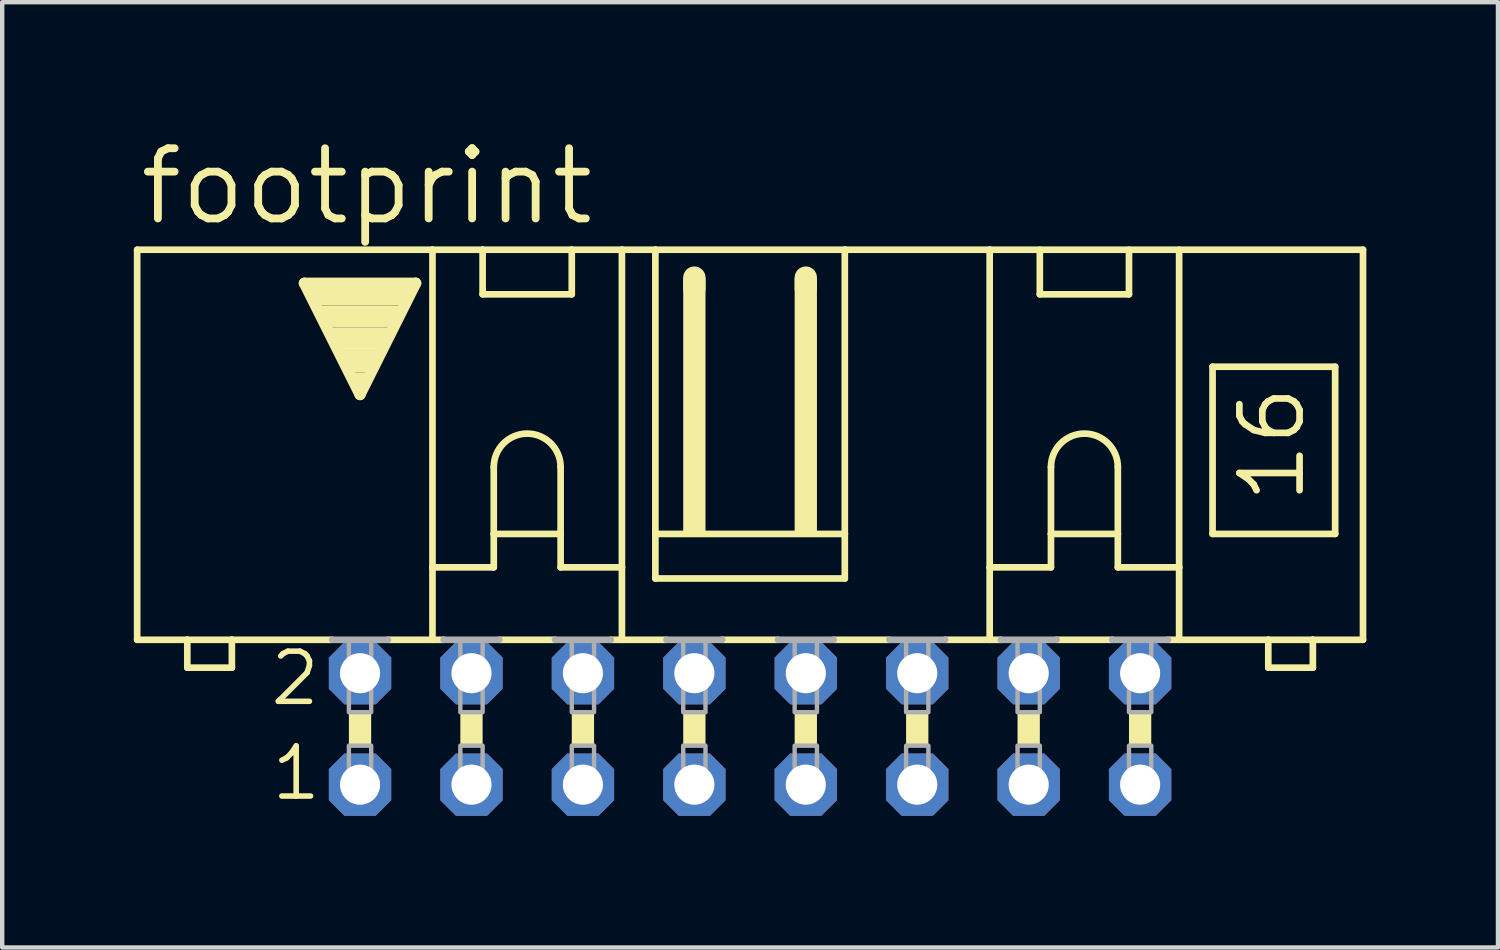
<source format=kicad_pcb>
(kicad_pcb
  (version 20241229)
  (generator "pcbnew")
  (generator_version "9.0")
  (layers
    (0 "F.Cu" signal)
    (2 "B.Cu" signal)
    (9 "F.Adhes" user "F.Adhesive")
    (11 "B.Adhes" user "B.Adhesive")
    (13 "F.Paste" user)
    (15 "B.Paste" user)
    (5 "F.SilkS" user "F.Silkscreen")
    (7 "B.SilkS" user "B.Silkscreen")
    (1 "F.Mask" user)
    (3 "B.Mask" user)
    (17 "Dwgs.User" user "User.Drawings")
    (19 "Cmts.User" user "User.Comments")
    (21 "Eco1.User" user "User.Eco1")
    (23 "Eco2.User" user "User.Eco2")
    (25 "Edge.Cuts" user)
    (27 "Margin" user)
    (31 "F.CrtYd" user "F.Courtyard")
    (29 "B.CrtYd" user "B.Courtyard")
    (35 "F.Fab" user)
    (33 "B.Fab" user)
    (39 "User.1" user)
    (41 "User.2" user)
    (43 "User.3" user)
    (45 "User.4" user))
  (footprint "footprint"
    (layer "F.Cu")
    (at 14.046 13.564)
    (property "Reference" "footprint" (at -13.995 -11.43 0) (layer "F.SilkS") (effects (font (size 1.6 1.6) (thickness 0.178)) (justify left bottom)))
    (fp_line (start -13.97 -2.032) (end -13.97 -10.922) (stroke (width 0.152) (type solid)) (layer "F.SilkS"))
    (fp_line (start -13.97 -2.032) (end -12.827 -2.032) (stroke (width 0.152) (type solid)) (layer "F.SilkS"))
    (fp_line (start -12.827 -2.032) (end -12.827 -1.397) (stroke (width 0.152) (type solid)) (layer "F.SilkS"))
    (fp_line (start -12.827 -2.032) (end -11.811 -2.032) (stroke (width 0.152) (type solid)) (layer "F.SilkS"))
    (fp_line (start -11.811 -2.032) (end -9.525 -2.032) (stroke (width 0.152) (type solid)) (layer "F.SilkS"))
    (fp_line (start -11.811 -1.397) (end -12.827 -1.397) (stroke (width 0.152) (type solid)) (layer "F.SilkS"))
    (fp_line (start -11.811 -1.397) (end -11.811 -2.032) (stroke (width 0.152) (type solid)) (layer "F.SilkS"))
    (fp_line (start -10.16 -10.16) (end -7.62 -10.16) (stroke (width 0.254) (type solid)) (layer "F.SilkS"))
    (fp_line (start -8.89 -7.62) (end -10.16 -10.16) (stroke (width 0.254) (type solid)) (layer "F.SilkS"))
    (fp_line (start -8.255 -2.032) (end -7.239 -2.032) (stroke (width 0.152) (type solid)) (layer "F.SilkS"))
    (fp_line (start -7.62 -10.16) (end -8.89 -7.62) (stroke (width 0.254) (type solid)) (layer "F.SilkS"))
    (fp_line (start -7.239 -10.922) (end -13.97 -10.922) (stroke (width 0.152) (type solid)) (layer "F.SilkS"))
    (fp_line (start -7.239 -10.922) (end -6.096 -10.922) (stroke (width 0.152) (type solid)) (layer "F.SilkS"))
    (fp_line (start -7.239 -3.683) (end -7.239 -10.922) (stroke (width 0.152) (type solid)) (layer "F.SilkS"))
    (fp_line (start -7.239 -3.683) (end -5.842 -3.683) (stroke (width 0.152) (type solid)) (layer "F.SilkS"))
    (fp_line (start -7.239 -2.032) (end -7.239 -3.683) (stroke (width 0.152) (type solid)) (layer "F.SilkS"))
    (fp_line (start -7.239 -2.032) (end -6.985 -2.032) (stroke (width 0.152) (type solid)) (layer "F.SilkS"))
    (fp_line (start -6.096 -10.922) (end -4.064 -10.922) (stroke (width 0.152) (type solid)) (layer "F.SilkS"))
    (fp_line (start -6.096 -9.906) (end -6.096 -10.922) (stroke (width 0.152) (type solid)) (layer "F.SilkS"))
    (fp_line (start -6.096 -9.906) (end -4.064 -9.906) (stroke (width 0.152) (type solid)) (layer "F.SilkS"))
    (fp_line (start -5.842 -5.969) (end -5.842 -4.445) (stroke (width 0.152) (type solid)) (layer "F.SilkS"))
    (fp_line (start -5.842 -4.445) (end -5.842 -3.683) (stroke (width 0.152) (type solid)) (layer "F.SilkS"))
    (fp_line (start -5.842 -4.445) (end -4.318 -4.445) (stroke (width 0.152) (type solid)) (layer "F.SilkS"))
    (fp_line (start -5.715 -2.032) (end -4.445 -2.032) (stroke (width 0.152) (type solid)) (layer "F.SilkS"))
    (fp_line (start -4.318 -5.969) (end -4.318 -4.445) (stroke (width 0.152) (type solid)) (layer "F.SilkS"))
    (fp_line (start -4.318 -4.445) (end -4.318 -3.683) (stroke (width 0.152) (type solid)) (layer "F.SilkS"))
    (fp_line (start -4.318 -3.683) (end -2.921 -3.683) (stroke (width 0.152) (type solid)) (layer "F.SilkS"))
    (fp_line (start -4.064 -10.922) (end -4.064 -9.906) (stroke (width 0.152) (type solid)) (layer "F.SilkS"))
    (fp_line (start -4.064 -10.922) (end -2.921 -10.922) (stroke (width 0.152) (type solid)) (layer "F.SilkS"))
    (fp_line (start -3.175 -2.032) (end -2.921 -2.032) (stroke (width 0.152) (type solid)) (layer "F.SilkS"))
    (fp_line (start -2.921 -10.922) (end -2.159 -10.922) (stroke (width 0.152) (type solid)) (layer "F.SilkS"))
    (fp_line (start -2.921 -3.683) (end -2.921 -10.922) (stroke (width 0.152) (type solid)) (layer "F.SilkS"))
    (fp_line (start -2.921 -3.683) (end -2.921 -2.032) (stroke (width 0.152) (type solid)) (layer "F.SilkS"))
    (fp_line (start -2.921 -2.032) (end -1.905 -2.032) (stroke (width 0.152) (type solid)) (layer "F.SilkS"))
    (fp_line (start -2.159 -10.922) (end -2.159 -4.445) (stroke (width 0.152) (type solid)) (layer "F.SilkS"))
    (fp_line (start -2.159 -10.922) (end 2.159 -10.922) (stroke (width 0.152) (type solid)) (layer "F.SilkS"))
    (fp_line (start -2.159 -4.445) (end -2.159 -3.429) (stroke (width 0.152) (type solid)) (layer "F.SilkS"))
    (fp_line (start -1.27 -10.033) (end -1.27 -10.287) (stroke (width 0.508) (type solid)) (layer "F.SilkS"))
    (fp_line (start -0.635 -2.032) (end 0.635 -2.032) (stroke (width 0.152) (type solid)) (layer "F.SilkS"))
    (fp_line (start 1.27 -10.033) (end 1.27 -10.287) (stroke (width 0.508) (type solid)) (layer "F.SilkS"))
    (fp_line (start 1.905 -2.032) (end 3.175 -2.032) (stroke (width 0.152) (type solid)) (layer "F.SilkS"))
    (fp_line (start 2.159 -10.922) (end 2.159 -4.445) (stroke (width 0.152) (type solid)) (layer "F.SilkS"))
    (fp_line (start 2.159 -10.922) (end 5.461 -10.922) (stroke (width 0.152) (type solid)) (layer "F.SilkS"))
    (fp_line (start 2.159 -4.445) (end -2.159 -4.445) (stroke (width 0.152) (type solid)) (layer "F.SilkS"))
    (fp_line (start 2.159 -4.445) (end 2.159 -3.429) (stroke (width 0.152) (type solid)) (layer "F.SilkS"))
    (fp_line (start 2.159 -3.429) (end -2.159 -3.429) (stroke (width 0.152) (type solid)) (layer "F.SilkS"))
    (fp_line (start 4.445 -2.032) (end 5.461 -2.032) (stroke (width 0.152) (type solid)) (layer "F.SilkS"))
    (fp_line (start 5.461 -10.922) (end 13.97 -10.922) (stroke (width 0.152) (type solid)) (layer "F.SilkS"))
    (fp_line (start 5.461 -3.683) (end 5.461 -10.922) (stroke (width 0.152) (type solid)) (layer "F.SilkS"))
    (fp_line (start 5.461 -3.683) (end 5.461 -2.032) (stroke (width 0.152) (type solid)) (layer "F.SilkS"))
    (fp_line (start 5.461 -3.683) (end 6.858 -3.683) (stroke (width 0.152) (type solid)) (layer "F.SilkS"))
    (fp_line (start 5.461 -2.032) (end 5.715 -2.032) (stroke (width 0.152) (type solid)) (layer "F.SilkS"))
    (fp_line (start 6.604 -9.906) (end 6.604 -10.922) (stroke (width 0.152) (type solid)) (layer "F.SilkS"))
    (fp_line (start 6.604 -9.906) (end 8.636 -9.906) (stroke (width 0.152) (type solid)) (layer "F.SilkS"))
    (fp_line (start 6.858 -5.969) (end 6.858 -4.445) (stroke (width 0.152) (type solid)) (layer "F.SilkS"))
    (fp_line (start 6.858 -4.445) (end 6.858 -3.683) (stroke (width 0.152) (type solid)) (layer "F.SilkS"))
    (fp_line (start 6.858 -4.445) (end 8.382 -4.445) (stroke (width 0.152) (type solid)) (layer "F.SilkS"))
    (fp_line (start 6.985 -2.032) (end 8.255 -2.032) (stroke (width 0.152) (type solid)) (layer "F.SilkS"))
    (fp_line (start 8.382 -5.969) (end 8.382 -4.445) (stroke (width 0.152) (type solid)) (layer "F.SilkS"))
    (fp_line (start 8.382 -4.445) (end 8.382 -3.683) (stroke (width 0.152) (type solid)) (layer "F.SilkS"))
    (fp_line (start 8.382 -3.683) (end 9.779 -3.683) (stroke (width 0.152) (type solid)) (layer "F.SilkS"))
    (fp_line (start 8.636 -10.922) (end 8.636 -9.906) (stroke (width 0.152) (type solid)) (layer "F.SilkS"))
    (fp_line (start 9.779 -3.683) (end 9.779 -10.922) (stroke (width 0.152) (type solid)) (layer "F.SilkS"))
    (fp_line (start 9.779 -3.683) (end 9.779 -2.032) (stroke (width 0.152) (type solid)) (layer "F.SilkS"))
    (fp_line (start 9.779 -2.032) (end 9.525 -2.032) (stroke (width 0.152) (type solid)) (layer "F.SilkS"))
    (fp_line (start 10.541 -8.255) (end 10.541 -4.445) (stroke (width 0.152) (type solid)) (layer "F.SilkS"))
    (fp_line (start 10.541 -8.255) (end 13.335 -8.255) (stroke (width 0.152) (type solid)) (layer "F.SilkS"))
    (fp_line (start 10.541 -4.445) (end 13.335 -4.445) (stroke (width 0.152) (type solid)) (layer "F.SilkS"))
    (fp_line (start 11.811 -2.032) (end 9.779 -2.032) (stroke (width 0.152) (type solid)) (layer "F.SilkS"))
    (fp_line (start 11.811 -2.032) (end 11.811 -1.397) (stroke (width 0.152) (type solid)) (layer "F.SilkS"))
    (fp_line (start 12.827 -2.032) (end 11.811 -2.032) (stroke (width 0.152) (type solid)) (layer "F.SilkS"))
    (fp_line (start 12.827 -1.397) (end 11.811 -1.397) (stroke (width 0.152) (type solid)) (layer "F.SilkS"))
    (fp_line (start 12.827 -1.397) (end 12.827 -2.032) (stroke (width 0.152) (type solid)) (layer "F.SilkS"))
    (fp_line (start 13.335 -4.445) (end 13.335 -8.255) (stroke (width 0.152) (type solid)) (layer "F.SilkS"))
    (fp_line (start 13.97 -2.032) (end 12.827 -2.032) (stroke (width 0.152) (type solid)) (layer "F.SilkS"))
    (fp_line (start 13.97 -2.032) (end 13.97 -10.922) (stroke (width 0.152) (type solid)) (layer "F.SilkS"))
    (fp_arc (start -5.842 -5.969) (mid -5.08 -6.731) (end -4.318 -5.969) (stroke (width 0.1524) (type solid)) (layer "F.SilkS"))
    (fp_arc (start 6.858 -5.969) (mid 7.62 -6.731) (end 8.382 -5.969) (stroke (width 0.1524) (type solid)) (layer "F.SilkS"))
    (fp_poly (pts (xy -10.033 -9.652) (xy -7.747 -9.652) (xy -7.747 -10.16) (xy -10.033 -10.16)) (stroke (width 0) (type solid)) (fill yes) (layer "F.SilkS"))
    (fp_poly (pts (xy -9.779 -9.144) (xy -8.001 -9.144) (xy -8.001 -9.652) (xy -9.779 -9.652)) (stroke (width 0) (type solid)) (fill yes) (layer "F.SilkS"))
    (fp_poly (pts (xy -9.525 -8.636) (xy -8.255 -8.636) (xy -8.255 -9.144) (xy -9.525 -9.144)) (stroke (width 0) (type solid)) (fill yes) (layer "F.SilkS"))
    (fp_poly (pts (xy -9.271 -8.128) (xy -8.509 -8.128) (xy -8.509 -8.636) (xy -9.271 -8.636)) (stroke (width 0) (type solid)) (fill yes) (layer "F.SilkS"))
    (fp_poly (pts (xy -9.144 0.381) (xy -8.636 0.381) (xy -8.636 -0.381) (xy -9.144 -0.381)) (stroke (width 0) (type solid)) (fill yes) (layer "F.SilkS"))
    (fp_poly (pts (xy -9.017 -7.874) (xy -8.763 -7.874) (xy -8.763 -8.128) (xy -9.017 -8.128)) (stroke (width 0) (type solid)) (fill yes) (layer "F.SilkS"))
    (fp_poly (pts (xy -6.604 0.381) (xy -6.096 0.381) (xy -6.096 -0.381) (xy -6.604 -0.381)) (stroke (width 0) (type solid)) (fill yes) (layer "F.SilkS"))
    (fp_poly (pts (xy -4.064 0.381) (xy -3.556 0.381) (xy -3.556 -0.381) (xy -4.064 -0.381)) (stroke (width 0) (type solid)) (fill yes) (layer "F.SilkS"))
    (fp_poly (pts (xy -1.524 -4.445) (xy -1.016 -4.445) (xy -1.016 -10.287) (xy -1.524 -10.287)) (stroke (width 0) (type solid)) (fill yes) (layer "F.SilkS"))
    (fp_poly (pts (xy -1.524 0.381) (xy -1.016 0.381) (xy -1.016 -0.381) (xy -1.524 -0.381)) (stroke (width 0) (type solid)) (fill yes) (layer "F.SilkS"))
    (fp_poly (pts (xy 1.016 -4.445) (xy 1.524 -4.445) (xy 1.524 -10.287) (xy 1.016 -10.287)) (stroke (width 0) (type solid)) (fill yes) (layer "F.SilkS"))
    (fp_poly (pts (xy 1.016 0.381) (xy 1.524 0.381) (xy 1.524 -0.381) (xy 1.016 -0.381)) (stroke (width 0) (type solid)) (fill yes) (layer "F.SilkS"))
    (fp_poly (pts (xy 3.556 0.381) (xy 4.064 0.381) (xy 4.064 -0.381) (xy 3.556 -0.381)) (stroke (width 0) (type solid)) (fill yes) (layer "F.SilkS"))
    (fp_poly (pts (xy 6.096 0.381) (xy 6.604 0.381) (xy 6.604 -0.381) (xy 6.096 -0.381)) (stroke (width 0) (type solid)) (fill yes) (layer "F.SilkS"))
    (fp_poly (pts (xy 8.636 0.381) (xy 9.144 0.381) (xy 9.144 -0.381) (xy 8.636 -0.381)) (stroke (width 0) (type solid)) (fill yes) (layer "F.SilkS"))
    (fp_line (start -9.525 -2.032) (end -8.255 -2.032) (stroke (width 0.152) (type solid)) (layer "F.Fab"))
    (fp_line (start -6.985 -2.032) (end -5.715 -2.032) (stroke (width 0.152) (type solid)) (layer "F.Fab"))
    (fp_line (start -4.445 -2.032) (end -3.175 -2.032) (stroke (width 0.152) (type solid)) (layer "F.Fab"))
    (fp_line (start -1.905 -2.032) (end -0.635 -2.032) (stroke (width 0.152) (type solid)) (layer "F.Fab"))
    (fp_line (start 1.905 -2.032) (end 0.635 -2.032) (stroke (width 0.152) (type solid)) (layer "F.Fab"))
    (fp_line (start 4.445 -2.032) (end 3.175 -2.032) (stroke (width 0.152) (type solid)) (layer "F.Fab"))
    (fp_line (start 6.985 -2.032) (end 5.715 -2.032) (stroke (width 0.152) (type solid)) (layer "F.Fab"))
    (fp_line (start 9.525 -2.032) (end 8.255 -2.032) (stroke (width 0.152) (type solid)) (layer "F.Fab"))
    (fp_poly (pts (xy -9.144 -0.381) (xy -8.636 -0.381) (xy -8.636 -2.032) (xy -9.144 -2.032)) (stroke (width 0.1) (type solid)) (fill no) (layer "F.Fab"))
    (fp_poly (pts (xy -9.144 1.524) (xy -8.636 1.524) (xy -8.636 0.381) (xy -9.144 0.381)) (stroke (width 0.1) (type solid)) (fill no) (layer "F.Fab"))
    (fp_poly (pts (xy -6.604 -0.381) (xy -6.096 -0.381) (xy -6.096 -2.032) (xy -6.604 -2.032)) (stroke (width 0.1) (type solid)) (fill no) (layer "F.Fab"))
    (fp_poly (pts (xy -6.604 1.524) (xy -6.096 1.524) (xy -6.096 0.381) (xy -6.604 0.381)) (stroke (width 0.1) (type solid)) (fill no) (layer "F.Fab"))
    (fp_poly (pts (xy -4.064 -0.381) (xy -3.556 -0.381) (xy -3.556 -2.032) (xy -4.064 -2.032)) (stroke (width 0.1) (type solid)) (fill no) (layer "F.Fab"))
    (fp_poly (pts (xy -4.064 1.524) (xy -3.556 1.524) (xy -3.556 0.381) (xy -4.064 0.381)) (stroke (width 0.1) (type solid)) (fill no) (layer "F.Fab"))
    (fp_poly (pts (xy -1.524 -0.381) (xy -1.016 -0.381) (xy -1.016 -2.032) (xy -1.524 -2.032)) (stroke (width 0.1) (type solid)) (fill no) (layer "F.Fab"))
    (fp_poly (pts (xy -1.524 1.524) (xy -1.016 1.524) (xy -1.016 0.381) (xy -1.524 0.381)) (stroke (width 0.1) (type solid)) (fill no) (layer "F.Fab"))
    (fp_poly (pts (xy 1.016 -0.381) (xy 1.524 -0.381) (xy 1.524 -2.032) (xy 1.016 -2.032)) (stroke (width 0.1) (type solid)) (fill no) (layer "F.Fab"))
    (fp_poly (pts (xy 1.016 1.524) (xy 1.524 1.524) (xy 1.524 0.381) (xy 1.016 0.381)) (stroke (width 0.1) (type solid)) (fill no) (layer "F.Fab"))
    (fp_poly (pts (xy 3.556 -0.381) (xy 4.064 -0.381) (xy 4.064 -2.032) (xy 3.556 -2.032)) (stroke (width 0.1) (type solid)) (fill no) (layer "F.Fab"))
    (fp_poly (pts (xy 3.556 1.524) (xy 4.064 1.524) (xy 4.064 0.381) (xy 3.556 0.381)) (stroke (width 0.1) (type solid)) (fill no) (layer "F.Fab"))
    (fp_poly (pts (xy 6.096 -0.381) (xy 6.604 -0.381) (xy 6.604 -2.032) (xy 6.096 -2.032)) (stroke (width 0.1) (type solid)) (fill no) (layer "F.Fab"))
    (fp_poly (pts (xy 6.096 1.524) (xy 6.604 1.524) (xy 6.604 0.381) (xy 6.096 0.381)) (stroke (width 0.1) (type solid)) (fill no) (layer "F.Fab"))
    (fp_poly (pts (xy 8.636 -0.381) (xy 9.144 -0.381) (xy 9.144 -2.032) (xy 8.636 -2.032)) (stroke (width 0.1) (type solid)) (fill no) (layer "F.Fab"))
    (fp_poly (pts (xy 8.636 1.524) (xy 9.144 1.524) (xy 9.144 0.381) (xy 8.636 0.381)) (stroke (width 0.1) (type solid)) (fill no) (layer "F.Fab"))
    (fp_text user "1" (at -10.973 1.676 0) (layer "F.SilkS") (effects (font (size 1.143 1.143) (thickness 0.127)) (justify left bottom)))
    (fp_text user "16" (at 12.7 -5.08 90) (layer "F.SilkS") (effects (font (size 1.372 1.372) (thickness 0.152)) (justify left bottom)))
    (fp_text user "2" (at -10.998 -0.483 0) (layer "F.SilkS") (effects (font (size 1.143 1.143) (thickness 0.127)) (justify left bottom)))
    (pad "1" thru_hole roundrect (at -8.89 1.27) (size 1.422 1.422) (drill 0.914) (layers "*.Cu" "*.Mask") (roundrect_rratio 0.25) (chamfer_ratio 0.25) (chamfer top_left top_right bottom_left bottom_right))
    (pad "2" thru_hole roundrect (at -8.89 -1.27) (size 1.422 1.422) (drill 0.914) (layers "*.Cu" "*.Mask") (roundrect_rratio 0.25) (chamfer_ratio 0.25) (chamfer top_left top_right bottom_left bottom_right))
    (pad "3" thru_hole roundrect (at -6.35 1.27) (size 1.422 1.422) (drill 0.914) (layers "*.Cu" "*.Mask") (roundrect_rratio 0.25) (chamfer_ratio 0.25) (chamfer top_left top_right bottom_left bottom_right))
    (pad "4" thru_hole roundrect (at -6.35 -1.27) (size 1.422 1.422) (drill 0.914) (layers "*.Cu" "*.Mask") (roundrect_rratio 0.25) (chamfer_ratio 0.25) (chamfer top_left top_right bottom_left bottom_right))
    (pad "5" thru_hole roundrect (at -3.81 1.27) (size 1.422 1.422) (drill 0.914) (layers "*.Cu" "*.Mask") (roundrect_rratio 0.25) (chamfer_ratio 0.25) (chamfer top_left top_right bottom_left bottom_right))
    (pad "6" thru_hole roundrect (at -3.81 -1.27) (size 1.422 1.422) (drill 0.914) (layers "*.Cu" "*.Mask") (roundrect_rratio 0.25) (chamfer_ratio 0.25) (chamfer top_left top_right bottom_left bottom_right))
    (pad "7" thru_hole roundrect (at -1.27 1.27) (size 1.422 1.422) (drill 0.914) (layers "*.Cu" "*.Mask") (roundrect_rratio 0.25) (chamfer_ratio 0.25) (chamfer top_left top_right bottom_left bottom_right))
    (pad "8" thru_hole roundrect (at -1.27 -1.27) (size 1.422 1.422) (drill 0.914) (layers "*.Cu" "*.Mask") (roundrect_rratio 0.25) (chamfer_ratio 0.25) (chamfer top_left top_right bottom_left bottom_right))
    (pad "9" thru_hole roundrect (at 1.27 1.27) (size 1.422 1.422) (drill 0.914) (layers "*.Cu" "*.Mask") (roundrect_rratio 0.25) (chamfer_ratio 0.25) (chamfer top_left top_right bottom_left bottom_right))
    (pad "10" thru_hole roundrect (at 1.27 -1.27) (size 1.422 1.422) (drill 0.914) (layers "*.Cu" "*.Mask") (roundrect_rratio 0.25) (chamfer_ratio 0.25) (chamfer top_left top_right bottom_left bottom_right))
    (pad "11" thru_hole roundrect (at 3.81 1.27) (size 1.422 1.422) (drill 0.914) (layers "*.Cu" "*.Mask") (roundrect_rratio 0.25) (chamfer_ratio 0.25) (chamfer top_left top_right bottom_left bottom_right))
    (pad "12" thru_hole roundrect (at 3.81 -1.27) (size 1.422 1.422) (drill 0.914) (layers "*.Cu" "*.Mask") (roundrect_rratio 0.25) (chamfer_ratio 0.25) (chamfer top_left top_right bottom_left bottom_right))
    (pad "13" thru_hole roundrect (at 6.35 1.27) (size 1.422 1.422) (drill 0.914) (layers "*.Cu" "*.Mask") (roundrect_rratio 0.25) (chamfer_ratio 0.25) (chamfer top_left top_right bottom_left bottom_right))
    (pad "14" thru_hole roundrect (at 6.35 -1.27) (size 1.422 1.422) (drill 0.914) (layers "*.Cu" "*.Mask") (roundrect_rratio 0.25) (chamfer_ratio 0.25) (chamfer top_left top_right bottom_left bottom_right))
    (pad "15" thru_hole roundrect (at 8.89 1.27) (size 1.422 1.422) (drill 0.914) (layers "*.Cu" "*.Mask") (roundrect_rratio 0.25) (chamfer_ratio 0.25) (chamfer top_left top_right bottom_left bottom_right))
    (pad "16" thru_hole roundrect (at 8.89 -1.27) (size 1.422 1.422) (drill 0.914) (layers "*.Cu" "*.Mask") (roundrect_rratio 0.25) (chamfer_ratio 0.25) (chamfer top_left top_right bottom_left bottom_right)))
  (gr_rect
    (start -3 -3)
    (end 31.092 18.545)
    (stroke (width 0.1) (type default))
    (fill no)
    (layer "Edge.Cuts")))
</source>
